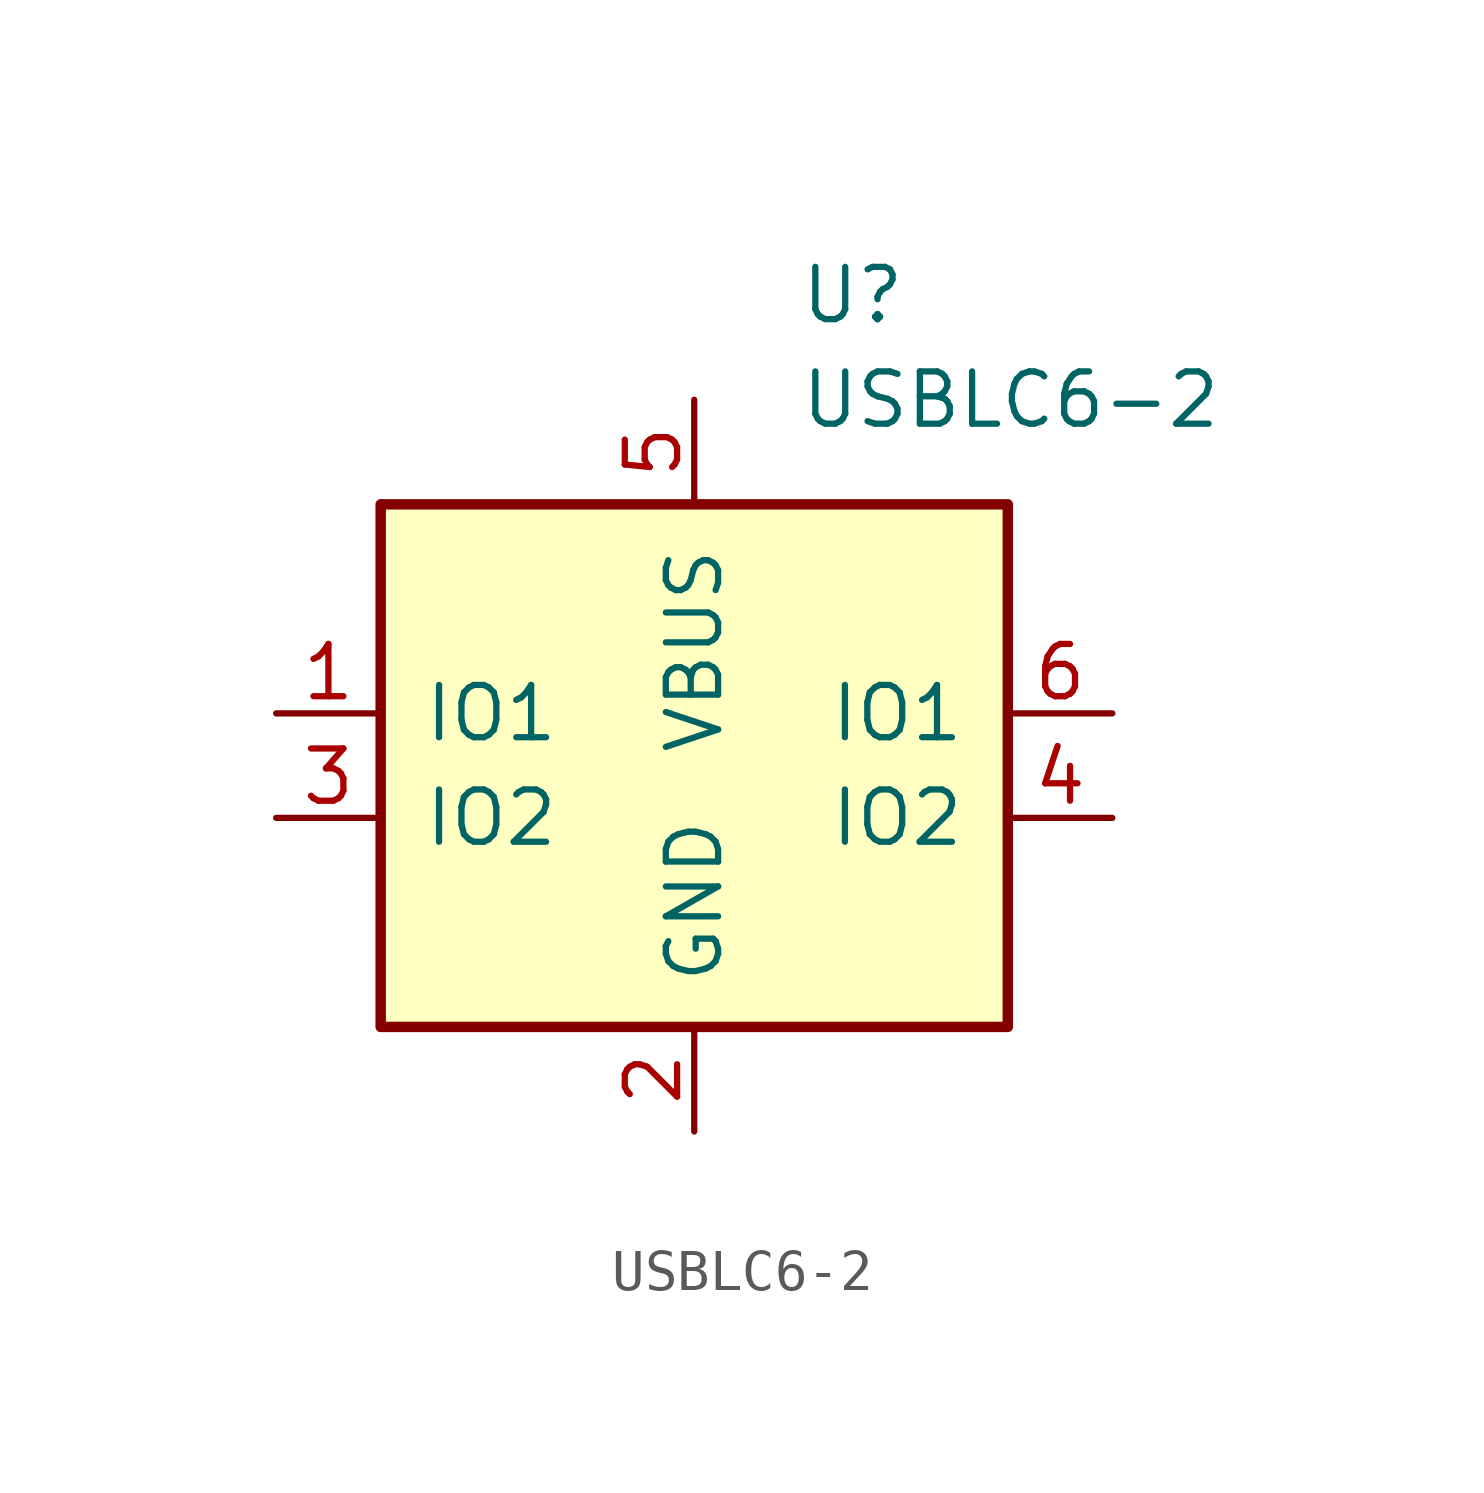
<source format=kicad_sym>
(kicad_symbol_lib
  (version 20201005)
  (generator kicad_symbol_editor)
  (symbol "KLIB_Protection:USBLC6-2"
    (pin_names
      (offset 1.016))
    (property "Reference" "U"
      (at 2.54 10.16 0)
      (effects (font (size 1.27 1.27)) (justify left)))
    (property "Value" "USBLC6-2"
      (at 2.54 7.62 0)
      (effects (font (size 1.27 1.27)) (justify left)))
    (symbol "USBLC6-2_0_1"
      (rectangle (start -7.62 5.08) (end 7.62 -7.62) (stroke (width 0.254)) (fill (type background))))
    (symbol "USBLC6-2_1_1"
      (pin passive line (at -10.16 0 0) (length 2.54) (name "IO1" (effects (font (size 1.27 1.27)))) (number "1" (effects (font (size 1.27 1.27)))))
      (pin power_in line (at 0 -10.16 90) (length 2.54) (name "GND" (effects (font (size 1.27 1.27)))) (number "2" (effects (font (size 1.27 1.27)))))
      (pin passive line (at -10.16 -2.54 0) (length 2.54) (name "IO2" (effects (font (size 1.27 1.27)))) (number "3" (effects (font (size 1.27 1.27)))))
      (pin passive line (at 10.16 -2.54 180) (length 2.54) (name "IO2" (effects (font (size 1.27 1.27)))) (number "4" (effects (font (size 1.27 1.27)))))
      (pin power_in line (at 0 7.62 270) (length 2.54) (name "VBUS" (effects (font (size 1.27 1.27)))) (number "5" (effects (font (size 1.27 1.27)))))
      (pin passive line (at 10.16 0 180) (length 2.54) (name "IO1" (effects (font (size 1.27 1.27)))) (number "6" (effects (font (size 1.27 1.27))))))))
</source>
